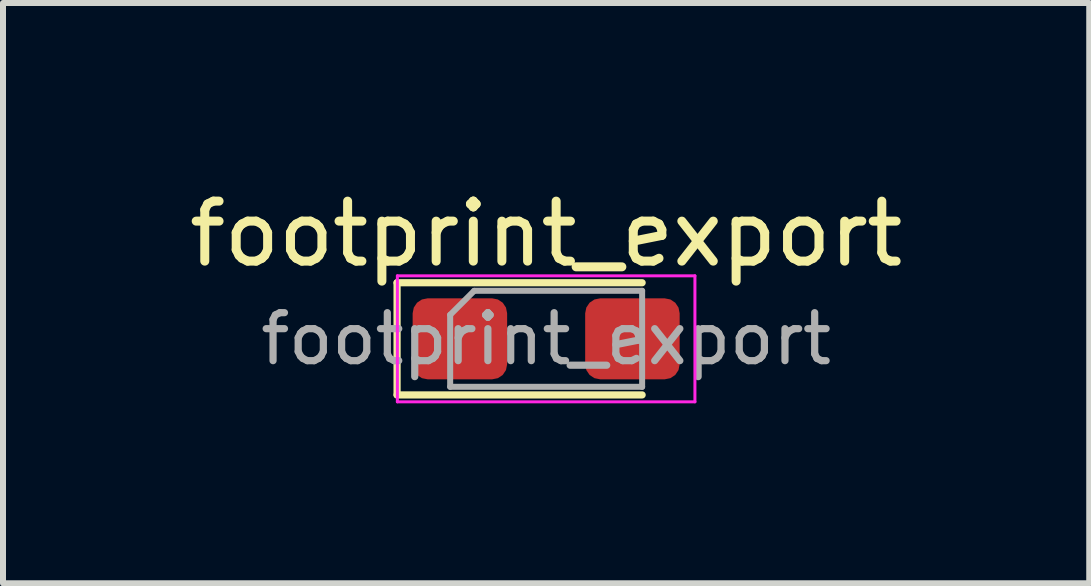
<source format=kicad_pcb>
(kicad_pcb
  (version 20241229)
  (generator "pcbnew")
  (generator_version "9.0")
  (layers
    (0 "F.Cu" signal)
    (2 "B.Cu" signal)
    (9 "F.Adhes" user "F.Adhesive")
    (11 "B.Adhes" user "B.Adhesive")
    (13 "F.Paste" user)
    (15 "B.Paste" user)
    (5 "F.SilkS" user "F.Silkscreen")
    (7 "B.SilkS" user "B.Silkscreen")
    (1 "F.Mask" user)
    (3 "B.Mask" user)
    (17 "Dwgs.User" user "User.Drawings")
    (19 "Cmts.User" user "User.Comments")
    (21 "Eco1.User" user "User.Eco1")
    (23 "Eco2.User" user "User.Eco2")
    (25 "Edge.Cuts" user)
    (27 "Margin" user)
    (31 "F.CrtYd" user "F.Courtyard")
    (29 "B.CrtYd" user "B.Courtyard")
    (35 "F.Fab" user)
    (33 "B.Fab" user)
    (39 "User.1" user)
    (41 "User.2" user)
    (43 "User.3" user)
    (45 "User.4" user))
  (footprint "footprint_export"
    (layer "F.Cu")
    (at 6.054 2.598)
    (property "Reference" "footprint_export" (at 0 -1.75 0) (layer "F.SilkS") (effects (font (size 1 1) (thickness 0.15))))
    (attr smd)
    (fp_line (start -2.485 -0.935) (end -2.485 0.935) (stroke (width 0.12) (type solid)) (layer "F.SilkS"))
    (fp_line (start -2.485 0.935) (end 1.6 0.935) (stroke (width 0.12) (type solid)) (layer "F.SilkS"))
    (fp_line (start 1.6 -0.935) (end -2.485 -0.935) (stroke (width 0.12) (type solid)) (layer "F.SilkS"))
    (fp_line (start -2.48 -1.05) (end 2.48 -1.05) (stroke (width 0.05) (type solid)) (layer "F.CrtYd"))
    (fp_line (start -2.48 1.05) (end -2.48 -1.05) (stroke (width 0.05) (type solid)) (layer "F.CrtYd"))
    (fp_line (start 2.48 -1.05) (end 2.48 1.05) (stroke (width 0.05) (type solid)) (layer "F.CrtYd"))
    (fp_line (start 2.48 1.05) (end -2.48 1.05) (stroke (width 0.05) (type solid)) (layer "F.CrtYd"))
    (fp_line (start -1.6 -0.4) (end -1.6 0.8) (stroke (width 0.1) (type solid)) (layer "F.Fab"))
    (fp_line (start -1.6 0.8) (end 1.6 0.8) (stroke (width 0.1) (type solid)) (layer "F.Fab"))
    (fp_line (start -1.2 -0.8) (end -1.6 -0.4) (stroke (width 0.1) (type solid)) (layer "F.Fab"))
    (fp_line (start 1.6 -0.8) (end -1.2 -0.8) (stroke (width 0.1) (type solid)) (layer "F.Fab"))
    (fp_line (start 1.6 0.8) (end 1.6 -0.8) (stroke (width 0.1) (type solid)) (layer "F.Fab"))
    (fp_text user "${REFERENCE}" (at 0 0 0) (layer "F.Fab") (effects (font (size 0.8 0.8) (thickness 0.12))))
    (pad "1" smd roundrect (at -1.438 0) (size 1.575 1.35) (layers "F.Cu" "F.Mask" "F.Paste") (roundrect_rratio 0.185))
    (pad "2" smd roundrect (at 1.438 0) (size 1.575 1.35) (layers "F.Cu" "F.Mask" "F.Paste") (roundrect_rratio 0.185)))
  (gr_rect
    (start -3 -3)
    (end 15.107 6.673)
    (stroke (width 0.1) (type default))
    (fill no)
    (layer "Edge.Cuts")))
</source>
